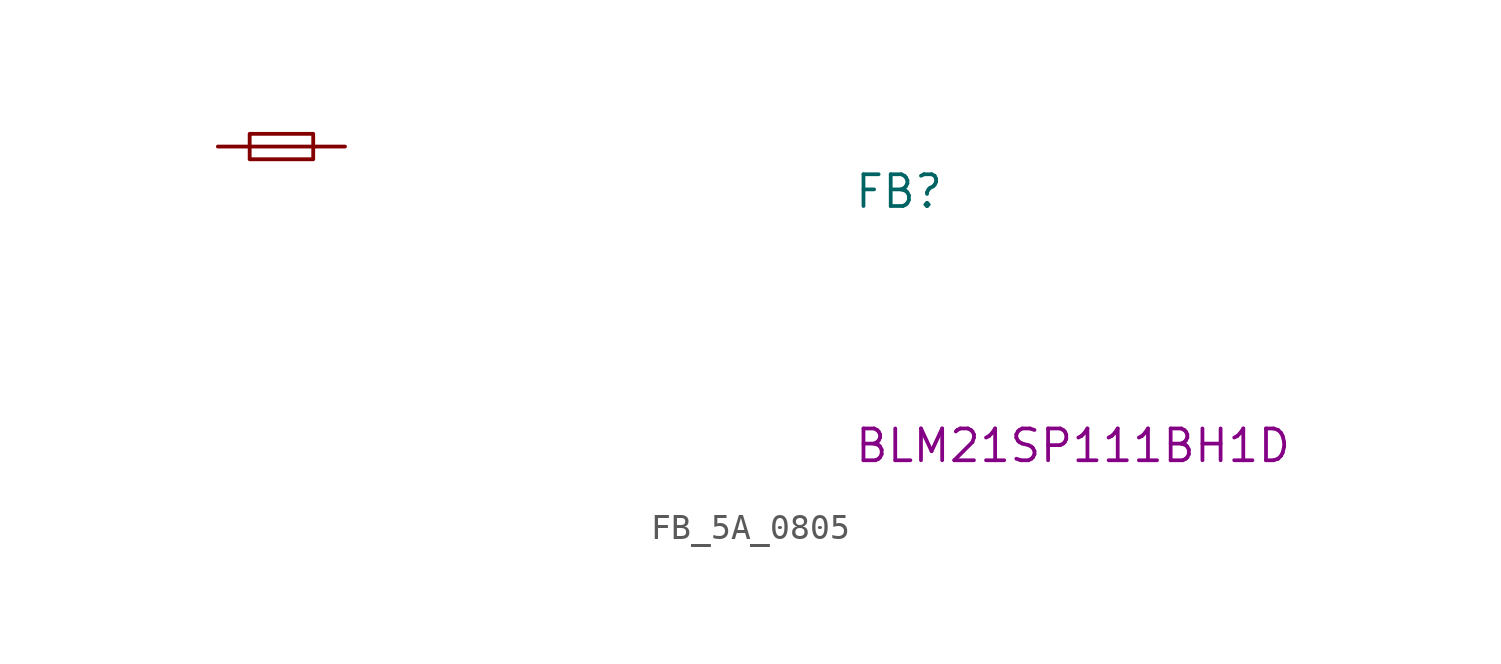
<source format=kicad_sym>
(kicad_symbol_lib
  (version 20211014)
  (generator kicad_symbol_editor)
  (symbol "FB_5A_0805"
    (pin_numbers hide)
    (pin_names hide)
    (property "Reference" "FB"
      (at 25.4 -2.54 0)
      (effects (font (size 1.27 1.27) (thickness 0.15)) (justify left bottom)))
    (property "MPN" "BLM21SP111BH1D"
      (at 25.4 -12.7 0)
      (effects (font (size 1.27 1.27) (thickness 0.15)) (justify left bottom)))
    (symbol "FB_5A_0805_0_1"
      (polyline (pts (xy 1.27 0) (xy 3.81 0)) (stroke (width 0) (type default) (color 0 0 0 0)) (fill (type none)))
      (rectangle (start 1.27 0.508) (end 3.81 -0.508) (stroke (width 0) (type default) (color 0 0 0 0)) (fill (type none))))
    (symbol "FB_5A_0805_1_1"
      (pin passive line (at 0 0 0) (length 1.27) (name "~" (effects (font (size 1.27 1.27)))) (number "1" (effects (font (size 1.27 1.27)))))
      (pin passive line (at 5.08 0 180) (length 1.27) (name "~" (effects (font (size 1.27 1.27)))) (number "2" (effects (font (size 1.27 1.27))))))))
</source>
